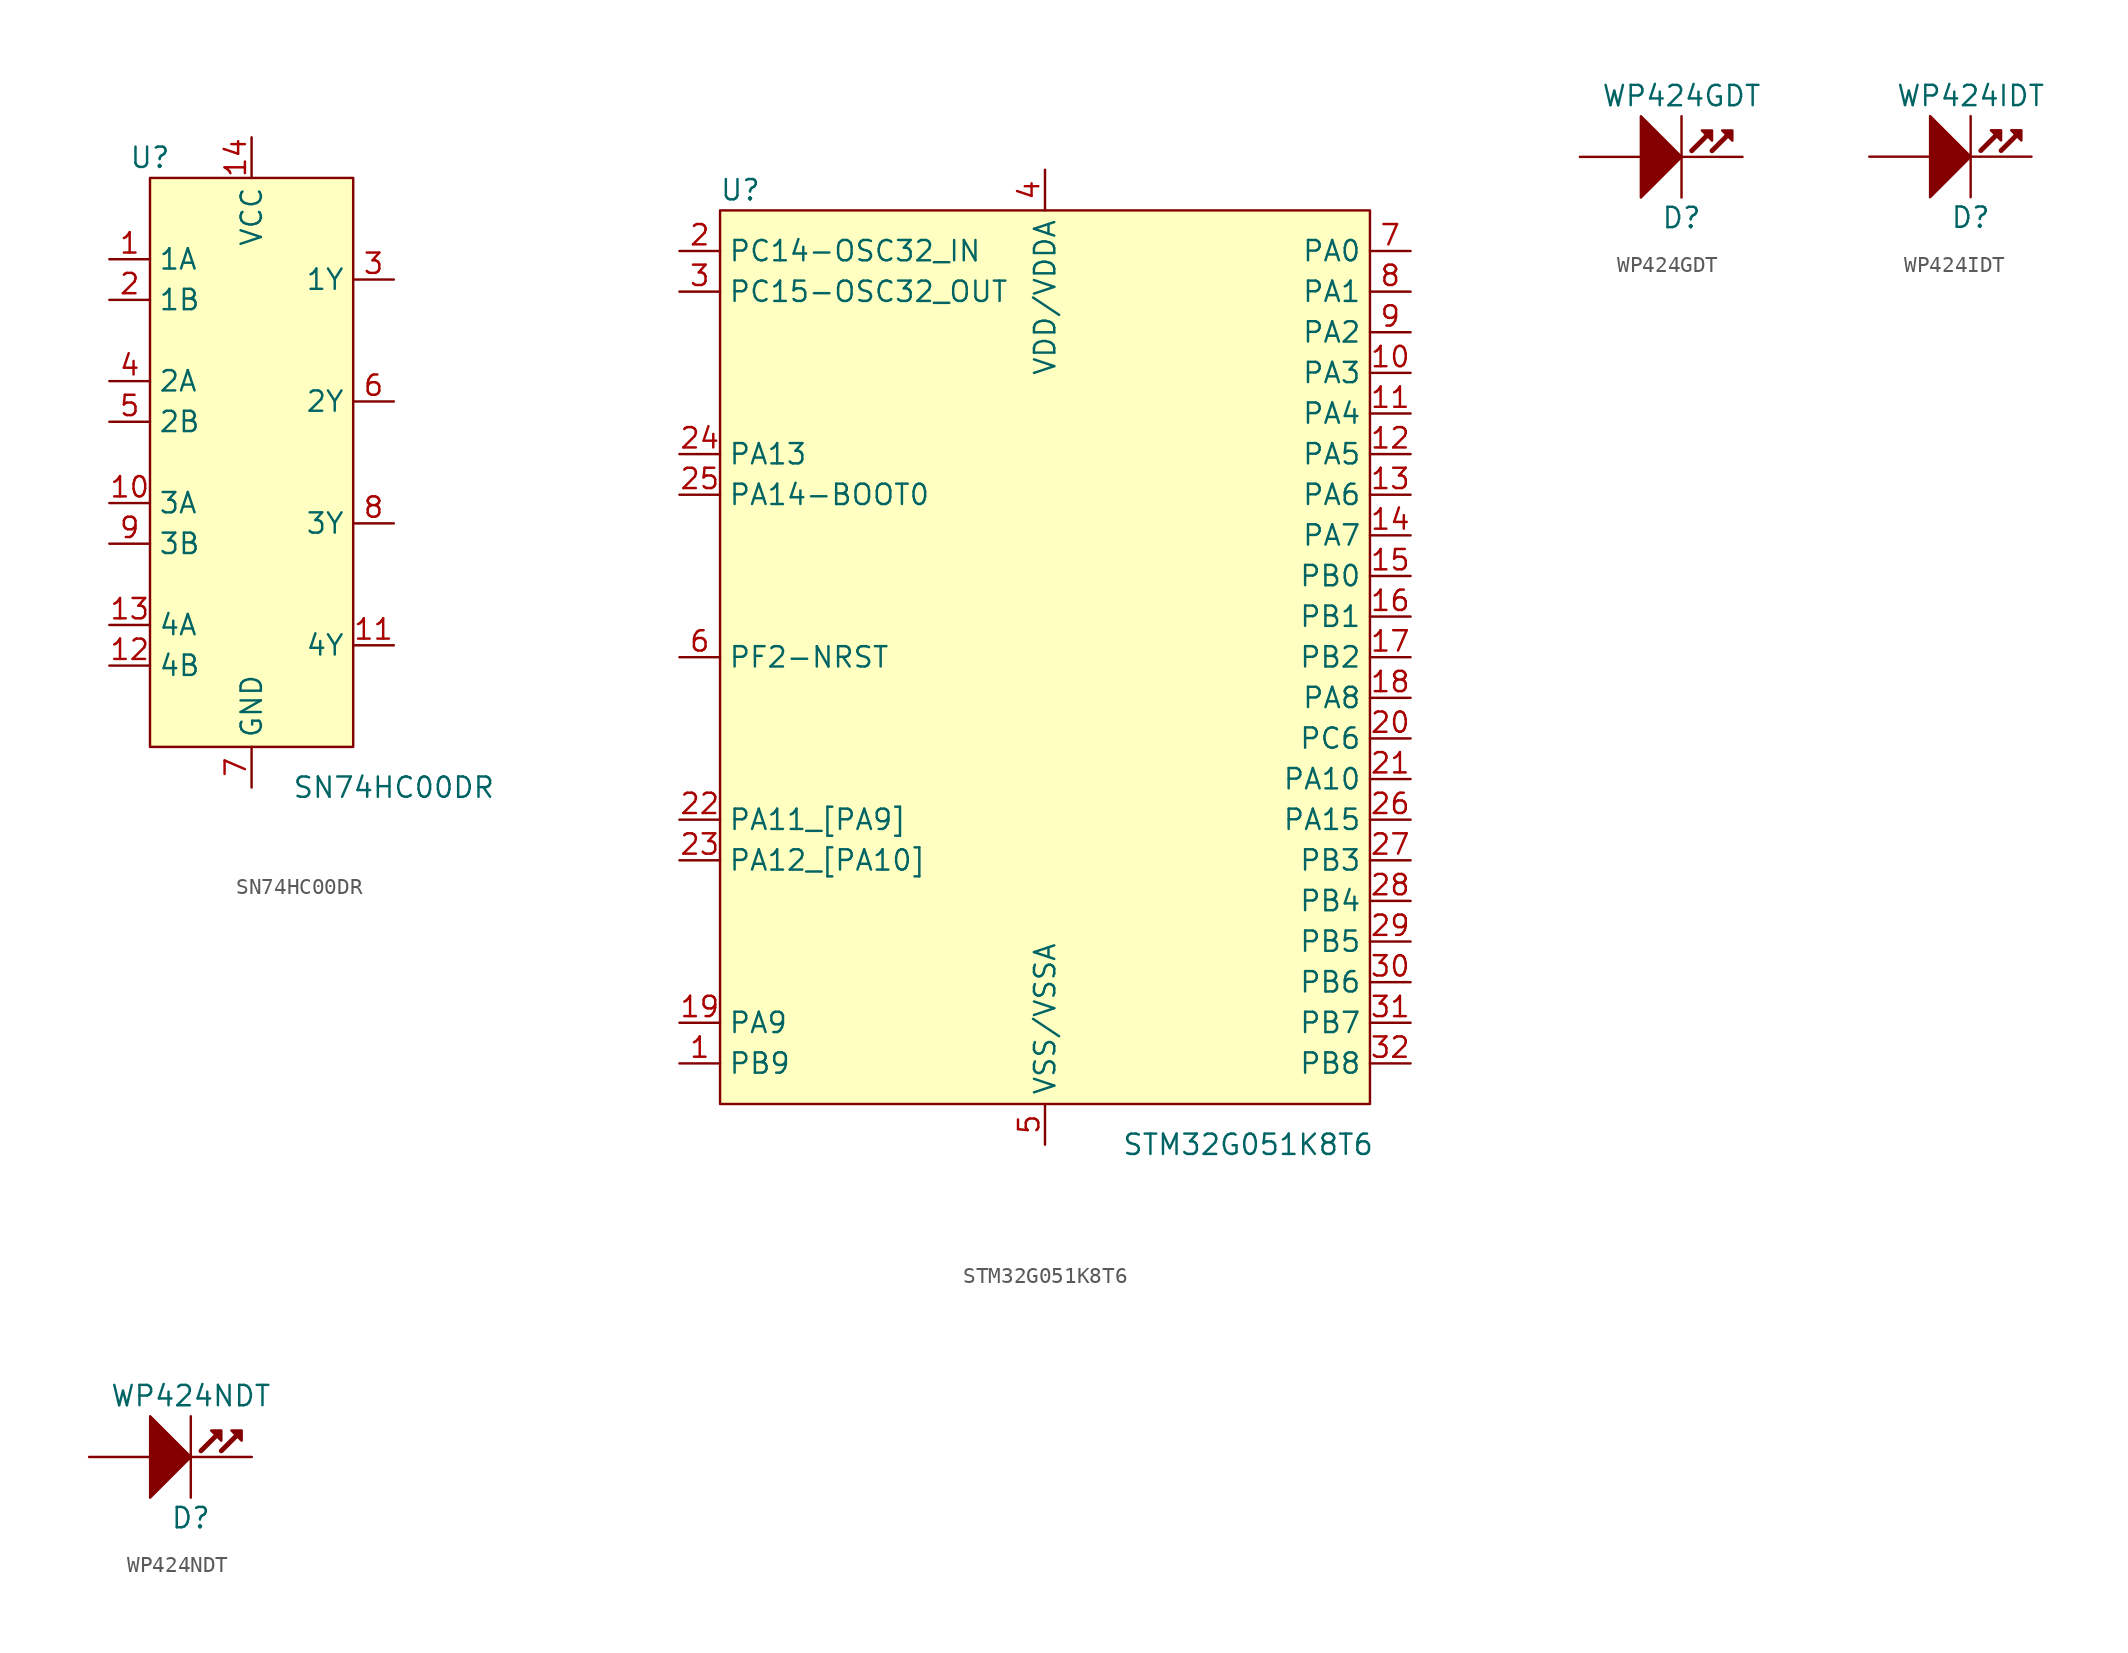
<source format=kicad_sym>
(kicad_symbol_lib
  (version 20220914)
  (generator kicad_symbol_editor)
  (symbol "SN74HC00DR"
    (property "Reference" "U"
      (at -6.35 17.78 0)
      (effects (font (size 1.27 1.27))))
    (property "Value" "SN74HC00DR"
      (at 8.89 -21.59 0)
      (effects (font (size 1.27 1.27))))
    (symbol "SN74HC00DR_0_0"
      (pin input line (at -8.89 11.43 0) (length 2.54) (name "1A" (effects (font (size 1.27 1.27)))) (number "1" (effects (font (size 1.27 1.27)))))
      (pin input line (at -8.89 -3.81 0) (length 2.54) (name "3A" (effects (font (size 1.27 1.27)))) (number "10" (effects (font (size 1.27 1.27)))))
      (pin output line (at 8.89 -12.7 180) (length 2.54) (name "4Y" (effects (font (size 1.27 1.27)))) (number "11" (effects (font (size 1.27 1.27)))))
      (pin input line (at -8.89 -13.97 0) (length 2.54) (name "4B" (effects (font (size 1.27 1.27)))) (number "12" (effects (font (size 1.27 1.27)))))
      (pin input line (at -8.89 -11.43 0) (length 2.54) (name "4A" (effects (font (size 1.27 1.27)))) (number "13" (effects (font (size 1.27 1.27)))))
      (pin power_in line (at 0 19.05 270) (length 2.54) (name "VCC" (effects (font (size 1.27 1.27)))) (number "14" (effects (font (size 1.27 1.27)))))
      (pin input line (at -8.89 8.89 0) (length 2.54) (name "1B" (effects (font (size 1.27 1.27)))) (number "2" (effects (font (size 1.27 1.27)))))
      (pin output line (at 8.89 10.16 180) (length 2.54) (name "1Y" (effects (font (size 1.27 1.27)))) (number "3" (effects (font (size 1.27 1.27)))))
      (pin input line (at -8.89 3.81 0) (length 2.54) (name "2A" (effects (font (size 1.27 1.27)))) (number "4" (effects (font (size 1.27 1.27)))))
      (pin input line (at -8.89 1.27 0) (length 2.54) (name "2B" (effects (font (size 1.27 1.27)))) (number "5" (effects (font (size 1.27 1.27)))))
      (pin output line (at 8.89 2.54 180) (length 2.54) (name "2Y" (effects (font (size 1.27 1.27)))) (number "6" (effects (font (size 1.27 1.27)))))
      (pin power_in line (at 0 -21.59 90) (length 2.54) (name "GND" (effects (font (size 1.27 1.27)))) (number "7" (effects (font (size 1.27 1.27)))))
      (pin output line (at 8.89 -5.08 180) (length 2.54) (name "3Y" (effects (font (size 1.27 1.27)))) (number "8" (effects (font (size 1.27 1.27)))))
      (pin input line (at -8.89 -6.35 0) (length 2.54) (name "3B" (effects (font (size 1.27 1.27)))) (number "9" (effects (font (size 1.27 1.27))))))
    (symbol "SN74HC00DR_1_1"
      (rectangle (start -6.35 16.51) (end 6.35 -19.05) (stroke (width 0) (type default)) (fill (type background)))))
  (symbol "STM32G051K8T6"
    (property "Reference" "U"
      (at -19.05 29.21 0)
      (effects (font (size 1.27 1.27))))
    (property "Value" "STM32G051K8T6"
      (at 12.7 -30.48 0)
      (effects (font (size 1.27 1.27))))
    (symbol "STM32G051K8T6_0_0"
      (pin bidirectional line (at 22.86 17.78 180) (length 2.54) (name "PA3" (effects (font (size 1.27 1.27)))) (number "10" (effects (font (size 1.27 1.27)))))
      (pin bidirectional line (at 22.86 15.24 180) (length 2.54) (name "PA4" (effects (font (size 1.27 1.27)))) (number "11" (effects (font (size 1.27 1.27)))))
      (pin bidirectional line (at 22.86 12.7 180) (length 2.54) (name "PA5" (effects (font (size 1.27 1.27)))) (number "12" (effects (font (size 1.27 1.27)))))
      (pin bidirectional line (at 22.86 10.16 180) (length 2.54) (name "PA6" (effects (font (size 1.27 1.27)))) (number "13" (effects (font (size 1.27 1.27)))))
      (pin bidirectional line (at 22.86 7.62 180) (length 2.54) (name "PA7" (effects (font (size 1.27 1.27)))) (number "14" (effects (font (size 1.27 1.27)))))
      (pin bidirectional line (at 22.86 5.08 180) (length 2.54) (name "PB0" (effects (font (size 1.27 1.27)))) (number "15" (effects (font (size 1.27 1.27)))))
      (pin bidirectional line (at 22.86 2.54 180) (length 2.54) (name "PB1" (effects (font (size 1.27 1.27)))) (number "16" (effects (font (size 1.27 1.27)))))
      (pin bidirectional line (at 22.86 0 180) (length 2.54) (name "PB2" (effects (font (size 1.27 1.27)))) (number "17" (effects (font (size 1.27 1.27)))))
      (pin bidirectional line (at 22.86 -2.54 180) (length 2.54) (name "PA8" (effects (font (size 1.27 1.27)))) (number "18" (effects (font (size 1.27 1.27)))))
      (pin bidirectional line (at 22.86 -5.08 180) (length 2.54) (name "PC6" (effects (font (size 1.27 1.27)))) (number "20" (effects (font (size 1.27 1.27)))))
      (pin bidirectional line (at 22.86 -7.62 180) (length 2.54) (name "PA10" (effects (font (size 1.27 1.27)))) (number "21" (effects (font (size 1.27 1.27)))))
      (pin bidirectional line (at 22.86 -10.16 180) (length 2.54) (name "PA15" (effects (font (size 1.27 1.27)))) (number "26" (effects (font (size 1.27 1.27)))))
      (pin bidirectional line (at 22.86 -12.7 180) (length 2.54) (name "PB3" (effects (font (size 1.27 1.27)))) (number "27" (effects (font (size 1.27 1.27)))))
      (pin bidirectional line (at 22.86 -15.24 180) (length 2.54) (name "PB4" (effects (font (size 1.27 1.27)))) (number "28" (effects (font (size 1.27 1.27)))))
      (pin power_in line (at 0 30.48 270) (length 2.54) (name "VDD/VDDA" (effects (font (size 1.27 1.27)))) (number "4" (effects (font (size 1.27 1.27)))))
      (pin power_in line (at 0 -30.48 90) (length 2.54) (name "VSS/VSSA" (effects (font (size 1.27 1.27)))) (number "5" (effects (font (size 1.27 1.27)))))
      (pin bidirectional line (at 22.86 25.4 180) (length 2.54) (name "PA0" (effects (font (size 1.27 1.27)))) (number "7" (effects (font (size 1.27 1.27)))))
      (pin bidirectional line (at 22.86 22.86 180) (length 2.54) (name "PA1" (effects (font (size 1.27 1.27)))) (number "8" (effects (font (size 1.27 1.27)))))
      (pin bidirectional line (at 22.86 20.32 180) (length 2.54) (name "PA2" (effects (font (size 1.27 1.27)))) (number "9" (effects (font (size 1.27 1.27))))))
    (symbol "STM32G051K8T6_1_0"
      (pin bidirectional line (at -22.86 -25.4 0) (length 2.54) (name "PB9" (effects (font (size 1.27 1.27)))) (number "1" (effects (font (size 1.27 1.27)))) (alternate "I2C1_SDA" bidirectional line))
      (pin bidirectional line (at -22.86 -22.86 0) (length 2.54) (name "PA9" (effects (font (size 1.27 1.27)))) (number "19" (effects (font (size 1.27 1.27)))) (alternate "I2C1_SCL" bidirectional line))
      (pin bidirectional line (at -22.86 25.4 0) (length 2.54) (name "PC14-OSC32_IN" (effects (font (size 1.27 1.27)))) (number "2" (effects (font (size 1.27 1.27)))) (alternate "OSC32_IN" input line))
      (pin bidirectional line (at -22.86 -10.16 0) (length 2.54) (name "PA11_[PA9]" (effects (font (size 1.27 1.27)))) (number "22" (effects (font (size 1.27 1.27)))) (alternate "I2C2_SCL" bidirectional line))
      (pin bidirectional line (at -22.86 -12.7 0) (length 2.54) (name "PA12_[PA10]" (effects (font (size 1.27 1.27)))) (number "23" (effects (font (size 1.27 1.27)))) (alternate "I2C2_SDA" bidirectional line))
      (pin bidirectional line (at -22.86 12.7 0) (length 2.54) (name "PA13" (effects (font (size 1.27 1.27)))) (number "24" (effects (font (size 1.27 1.27)))) (alternate "SWDIO" bidirectional line))
      (pin bidirectional line (at -22.86 10.16 0) (length 2.54) (name "PA14-BOOT0" (effects (font (size 1.27 1.27)))) (number "25" (effects (font (size 1.27 1.27)))) (alternate "SWCLK" bidirectional line))
      (pin bidirectional line (at 22.86 -17.78 180) (length 2.54) (name "PB5" (effects (font (size 1.27 1.27)))) (number "29" (effects (font (size 1.27 1.27)))) (alternate "PB5-OD" open_collector line))
      (pin bidirectional line (at -22.86 22.86 0) (length 2.54) (name "PC15-OSC32_OUT" (effects (font (size 1.27 1.27)))) (number "3" (effects (font (size 1.27 1.27)))) (alternate "OSC32_OUT" output line))
      (pin bidirectional line (at 22.86 -20.32 180) (length 2.54) (name "PB6" (effects (font (size 1.27 1.27)))) (number "30" (effects (font (size 1.27 1.27)))) (alternate "PB6-OD" open_collector line))
      (pin bidirectional line (at 22.86 -22.86 180) (length 2.54) (name "PB7" (effects (font (size 1.27 1.27)))) (number "31" (effects (font (size 1.27 1.27)))) (alternate "PB7-OD" open_collector line))
      (pin bidirectional line (at 22.86 -25.4 180) (length 2.54) (name "PB8" (effects (font (size 1.27 1.27)))) (number "32" (effects (font (size 1.27 1.27)))) (alternate "PB8-OD" open_collector line))
      (pin bidirectional line (at -22.86 0 0) (length 2.54) (name "PF2-NRST" (effects (font (size 1.27 1.27)))) (number "6" (effects (font (size 1.27 1.27)))) (alternate "NRST" open_collector line)))
    (symbol "STM32G051K8T6_1_1"
      (rectangle (start -20.32 27.94) (end 20.32 -27.94) (stroke (width 0) (type default)) (fill (type background)))))
  (symbol "WP424GDT"
    (pin_numbers hide)
    (pin_names
      (offset 1.016) hide)
    (property "Reference" "D"
      (at 0 -3.81 0)
      (effects (font (size 1.27 1.27))))
    (property "Value" "WP424GDT"
      (at 0 3.81 0)
      (effects (font (size 1.27 1.27))))
    (symbol "WP424GDT_0_1"
      (polyline (pts (xy 0 2.54) (xy 0 -2.54)) (stroke (width 0) (type solid)) (fill (type none)))
      (polyline (pts (xy 1.651 1.397) (xy 0.635 0.381)) (stroke (width 0.305) (type solid)) (fill (type none)))
      (polyline (pts (xy 2.921 1.397) (xy 1.905 0.381)) (stroke (width 0.305) (type solid)) (fill (type none)))
      (polyline (pts (xy -2.54 2.54) (xy 0 0) (xy -2.54 -2.54) (xy -2.54 2.54)) (stroke (width 0) (type solid)) (fill (type outline)))
      (polyline (pts (xy 1.27 1.651) (xy 1.905 1.651) (xy 1.905 1.016) (xy 1.27 1.651)) (stroke (width 0) (type solid)) (fill (type outline)))
      (polyline (pts (xy 2.54 1.651) (xy 3.175 1.651) (xy 3.175 1.016) (xy 2.54 1.651)) (stroke (width 0) (type solid)) (fill (type outline))))
    (symbol "WP424GDT_1_1"
      (pin passive line (at 3.81 0 180) (length 3.81) (name "Cathode" (effects (font (size 1.27 1.27)))) (number "1" (effects (font (size 1.27 1.27)))))
      (pin passive line (at -6.35 0 0) (length 3.81) (name "Anode" (effects (font (size 1.27 1.27)))) (number "2" (effects (font (size 1.27 1.27)))))))
  (symbol "WP424IDT"
    (pin_numbers hide)
    (pin_names
      (offset 1.016) hide)
    (property "Reference" "D"
      (at 0 -3.81 0)
      (effects (font (size 1.27 1.27))))
    (property "Value" "WP424IDT"
      (at 0 3.81 0)
      (effects (font (size 1.27 1.27))))
    (symbol "WP424IDT_0_1"
      (polyline (pts (xy 0 2.54) (xy 0 -2.54)) (stroke (width 0) (type solid)) (fill (type none)))
      (polyline (pts (xy 1.651 1.397) (xy 0.635 0.381)) (stroke (width 0.305) (type solid)) (fill (type none)))
      (polyline (pts (xy 2.921 1.397) (xy 1.905 0.381)) (stroke (width 0.305) (type solid)) (fill (type none)))
      (polyline (pts (xy -2.54 2.54) (xy 0 0) (xy -2.54 -2.54) (xy -2.54 2.54)) (stroke (width 0) (type solid)) (fill (type outline)))
      (polyline (pts (xy 1.27 1.651) (xy 1.905 1.651) (xy 1.905 1.016) (xy 1.27 1.651)) (stroke (width 0) (type solid)) (fill (type outline)))
      (polyline (pts (xy 2.54 1.651) (xy 3.175 1.651) (xy 3.175 1.016) (xy 2.54 1.651)) (stroke (width 0) (type solid)) (fill (type outline))))
    (symbol "WP424IDT_1_1"
      (pin passive line (at 3.81 0 180) (length 3.81) (name "Cathode" (effects (font (size 1.27 1.27)))) (number "1" (effects (font (size 1.27 1.27)))))
      (pin passive line (at -6.35 0 0) (length 3.81) (name "Anode" (effects (font (size 1.27 1.27)))) (number "2" (effects (font (size 1.27 1.27)))))))
  (symbol "WP424NDT"
    (pin_numbers hide)
    (pin_names
      (offset 1.016) hide)
    (property "Reference" "D"
      (at 0 -3.81 0)
      (effects (font (size 1.27 1.27))))
    (property "Value" "WP424NDT"
      (at 0 3.81 0)
      (effects (font (size 1.27 1.27))))
    (symbol "WP424NDT_0_1"
      (polyline (pts (xy 0 2.54) (xy 0 -2.54)) (stroke (width 0) (type solid)) (fill (type none)))
      (polyline (pts (xy 1.651 1.397) (xy 0.635 0.381)) (stroke (width 0.305) (type solid)) (fill (type none)))
      (polyline (pts (xy 2.921 1.397) (xy 1.905 0.381)) (stroke (width 0.305) (type solid)) (fill (type none)))
      (polyline (pts (xy -2.54 2.54) (xy 0 0) (xy -2.54 -2.54) (xy -2.54 2.54)) (stroke (width 0) (type solid)) (fill (type outline)))
      (polyline (pts (xy 1.27 1.651) (xy 1.905 1.651) (xy 1.905 1.016) (xy 1.27 1.651)) (stroke (width 0) (type solid)) (fill (type outline)))
      (polyline (pts (xy 2.54 1.651) (xy 3.175 1.651) (xy 3.175 1.016) (xy 2.54 1.651)) (stroke (width 0) (type solid)) (fill (type outline))))
    (symbol "WP424NDT_1_1"
      (pin passive line (at 3.81 0 180) (length 3.81) (name "Cathode" (effects (font (size 1.27 1.27)))) (number "1" (effects (font (size 1.27 1.27)))))
      (pin passive line (at -6.35 0 0) (length 3.81) (name "Anode" (effects (font (size 1.27 1.27)))) (number "2" (effects (font (size 1.27 1.27))))))))
</source>
